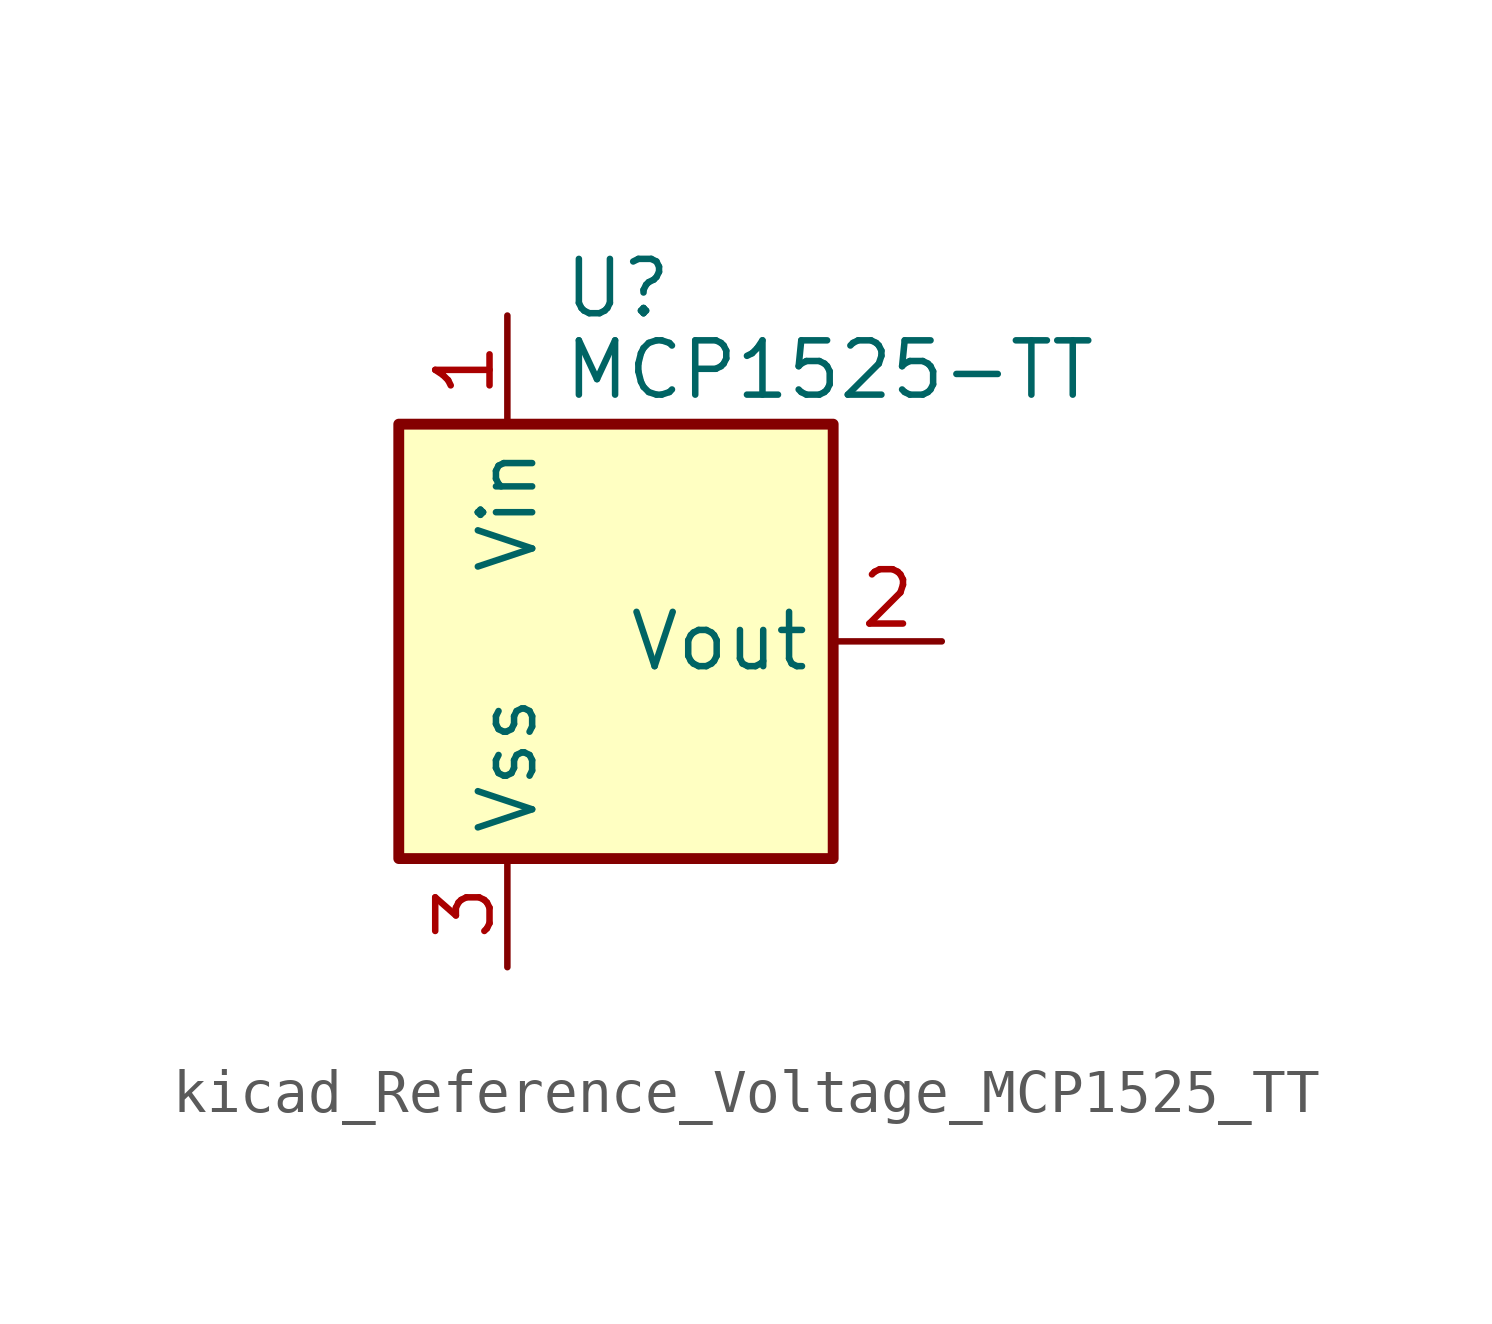
<source format=kicad_sym>
(kicad_symbol_lib
  (version 20220914)
  (generator kicad_symbol_editor)
  (symbol "kicad_Reference_Voltage_MCP1525_TT"
    (property "Reference" "U"
      (at 1.27 8.255 0)
      (effects (font (size 1.27 1.27)) (justify left)))
    (property "Value" "MCP1525-TT"
      (at 1.27 6.35 0)
      (effects (font (size 1.27 1.27)) (justify left)))
    (symbol "kicad_Reference_Voltage_MCP1525_TT_0_1"
      (rectangle (start -2.54 5.08) (end 7.62 -5.08) (stroke (width 0.254) (type default)) (fill (type background))))
    (symbol "kicad_Reference_Voltage_MCP1525_TT_1_1"
      (pin power_in line (at 0 7.62 270) (length 2.54) (name "Vin" (effects (font (size 1.27 1.27)))) (number "1" (effects (font (size 1.27 1.27)))))
      (pin power_out line (at 10.16 0 180) (length 2.54) (name "Vout" (effects (font (size 1.27 1.27)))) (number "2" (effects (font (size 1.27 1.27)))))
      (pin power_in line (at 0 -7.62 90) (length 2.54) (name "Vss" (effects (font (size 1.27 1.27)))) (number "3" (effects (font (size 1.27 1.27))))))))
</source>
